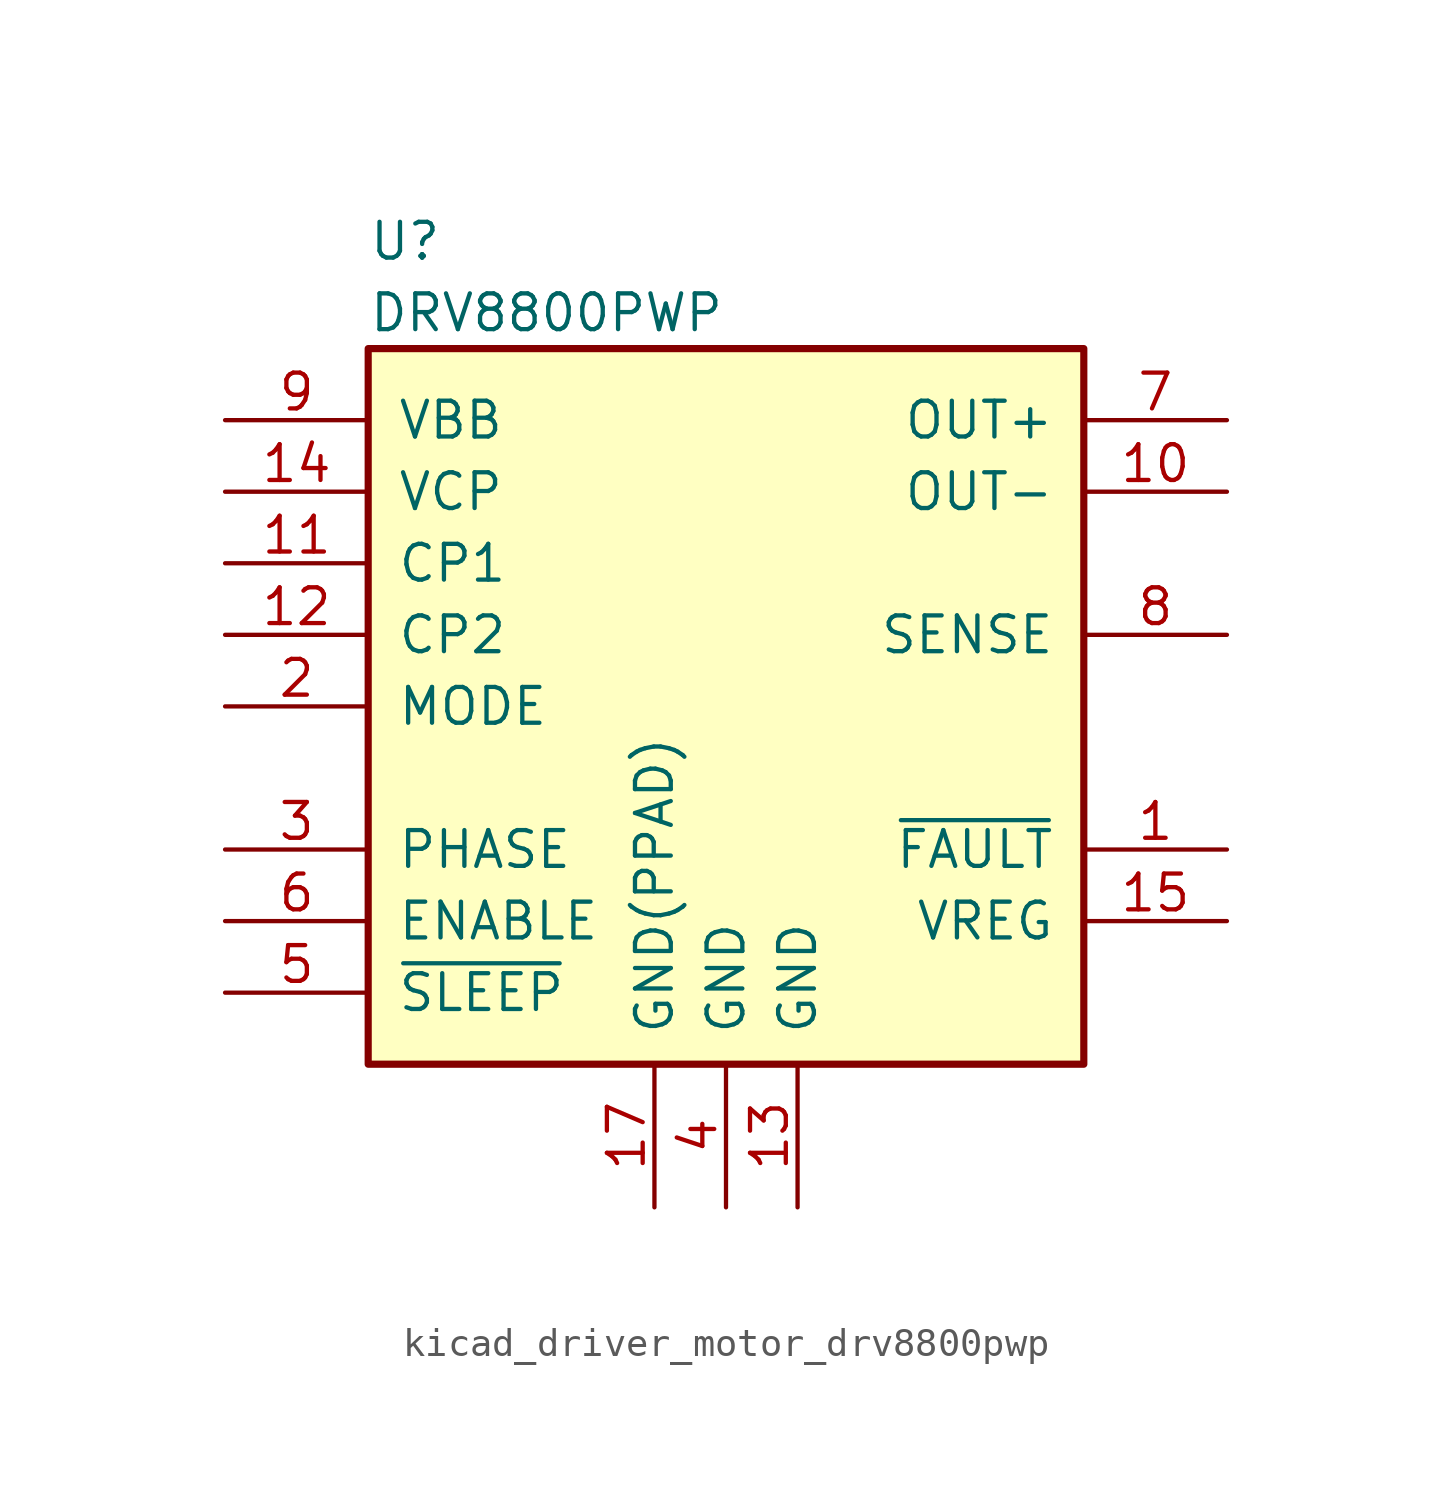
<source format=kicad_sym>
(kicad_symbol_lib
  (version 20220914)
  (generator kicad_symbol_editor)
  (symbol "kicad_driver_motor_drv8800pwp"
    (pin_names
      (offset 1.016))
    (property "Reference" "U"
      (at -12.7 16.51 0)
      (effects (font (size 1.27 1.27)) (justify left)))
    (property "Value" "DRV8800PWP"
      (at -12.7 13.97 0)
      (effects (font (size 1.27 1.27)) (justify left)))
    (symbol "kicad_driver_motor_drv8800pwp_0_1"
      (rectangle (start -12.7 12.7) (end 12.7 -12.7) (stroke (width 0.254) (type default)) (fill (type background))))
    (symbol "kicad_driver_motor_drv8800pwp_1_1"
      (pin open_collector line (at 17.78 -5.08 180) (length 5.08) (name "~{FAULT}" (effects (font (size 1.27 1.27)))) (number "1" (effects (font (size 1.27 1.27)))))
      (pin power_out line (at 17.78 7.62 180) (length 5.08) (name "OUT-" (effects (font (size 1.27 1.27)))) (number "10" (effects (font (size 1.27 1.27)))))
      (pin power_in line (at -17.78 5.08 0) (length 5.08) (name "CP1" (effects (font (size 1.27 1.27)))) (number "11" (effects (font (size 1.27 1.27)))))
      (pin power_in line (at -17.78 2.54 0) (length 5.08) (name "CP2" (effects (font (size 1.27 1.27)))) (number "12" (effects (font (size 1.27 1.27)))))
      (pin power_in line (at 2.54 -17.78 90) (length 5.08) (name "GND" (effects (font (size 1.27 1.27)))) (number "13" (effects (font (size 1.27 1.27)))))
      (pin power_in line (at -17.78 7.62 0) (length 5.08) (name "VCP" (effects (font (size 1.27 1.27)))) (number "14" (effects (font (size 1.27 1.27)))))
      (pin output line (at 17.78 -7.62 180) (length 5.08) (name "VREG" (effects (font (size 1.27 1.27)))) (number "15" (effects (font (size 1.27 1.27)))))
      (pin no_connect line (at -12.7 -2.54 0) (length 5.08) hide (name "NC" (effects (font (size 1.27 1.27)))) (number "16" (effects (font (size 1.27 1.27)))))
      (pin power_in line (at -2.54 -17.78 90) (length 5.08) (name "GND(PPAD)" (effects (font (size 1.27 1.27)))) (number "17" (effects (font (size 1.27 1.27)))))
      (pin input line (at -17.78 0 0) (length 5.08) (name "MODE" (effects (font (size 1.27 1.27)))) (number "2" (effects (font (size 1.27 1.27)))))
      (pin input line (at -17.78 -5.08 0) (length 5.08) (name "PHASE" (effects (font (size 1.27 1.27)))) (number "3" (effects (font (size 1.27 1.27)))))
      (pin power_in line (at 0 -17.78 90) (length 5.08) (name "GND" (effects (font (size 1.27 1.27)))) (number "4" (effects (font (size 1.27 1.27)))))
      (pin input line (at -17.78 -10.16 0) (length 5.08) (name "~{SLEEP}" (effects (font (size 1.27 1.27)))) (number "5" (effects (font (size 1.27 1.27)))))
      (pin input line (at -17.78 -7.62 0) (length 5.08) (name "ENABLE" (effects (font (size 1.27 1.27)))) (number "6" (effects (font (size 1.27 1.27)))))
      (pin power_out line (at 17.78 10.16 180) (length 5.08) (name "OUT+" (effects (font (size 1.27 1.27)))) (number "7" (effects (font (size 1.27 1.27)))))
      (pin power_out line (at 17.78 2.54 180) (length 5.08) (name "SENSE" (effects (font (size 1.27 1.27)))) (number "8" (effects (font (size 1.27 1.27)))))
      (pin power_in line (at -17.78 10.16 0) (length 5.08) (name "VBB" (effects (font (size 1.27 1.27)))) (number "9" (effects (font (size 1.27 1.27))))))))
</source>
